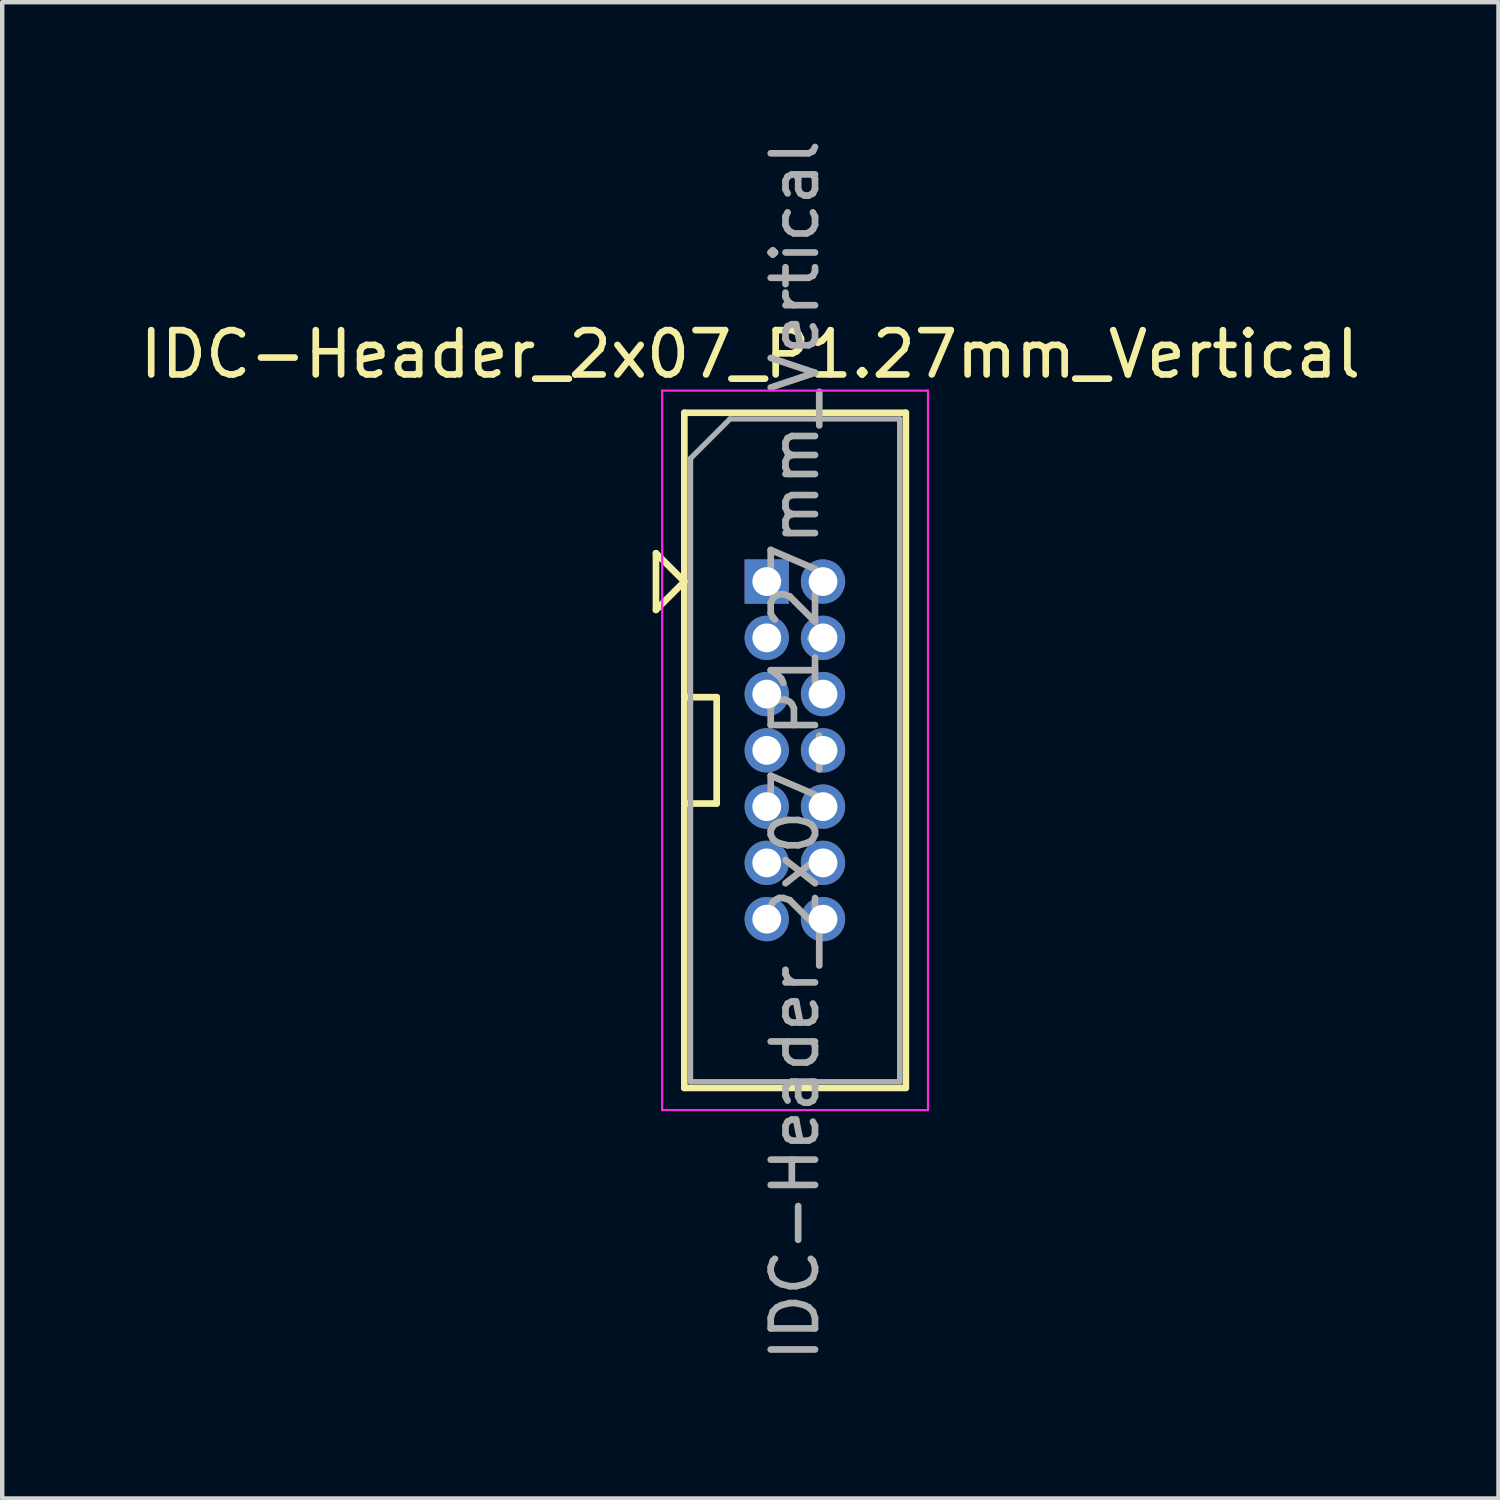
<source format=kicad_pcb>
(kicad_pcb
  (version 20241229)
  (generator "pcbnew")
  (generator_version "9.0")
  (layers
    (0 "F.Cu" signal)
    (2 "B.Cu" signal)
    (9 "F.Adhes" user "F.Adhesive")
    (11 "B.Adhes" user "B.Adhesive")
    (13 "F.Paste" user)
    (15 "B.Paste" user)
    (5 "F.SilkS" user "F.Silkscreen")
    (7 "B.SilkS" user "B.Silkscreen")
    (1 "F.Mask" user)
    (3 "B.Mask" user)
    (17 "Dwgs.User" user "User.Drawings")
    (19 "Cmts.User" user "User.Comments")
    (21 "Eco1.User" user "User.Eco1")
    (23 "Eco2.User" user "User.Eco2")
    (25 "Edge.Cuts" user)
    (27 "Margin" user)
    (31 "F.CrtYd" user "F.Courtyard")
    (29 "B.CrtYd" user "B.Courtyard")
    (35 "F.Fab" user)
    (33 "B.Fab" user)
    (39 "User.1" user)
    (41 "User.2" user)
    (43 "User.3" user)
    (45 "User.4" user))
  (footprint "IDC-Header_2x07_P1.27mm_Vertical"
    (layer "F.Cu")
    (at 14.892 13.887)
    (property "Reference" "IDC-Header_2x07_P1.27mm_Vertical" (at -1.005 -8.94 0) (layer "F.SilkS") (effects (font (size 1 1) (thickness 0.15))))
    (attr through_hole)
    (fp_line (start -3.135 -4.45) (end -3.135 -3.17) (stroke (width 0.15) (type solid)) (layer "F.SilkS"))
    (fp_line (start -3.135 -3.17) (end -2.495 -3.81) (stroke (width 0.15) (type solid)) (layer "F.SilkS"))
    (fp_line (start -2.495 -7.62) (end -2.495 7.62) (stroke (width 0.15) (type solid)) (layer "F.SilkS"))
    (fp_line (start -2.495 -7.62) (end 2.505 -7.62) (stroke (width 0.15) (type solid)) (layer "F.SilkS"))
    (fp_line (start -2.495 -3.81) (end -3.135 -4.45) (stroke (width 0.15) (type solid)) (layer "F.SilkS"))
    (fp_line (start -2.495 -1.2) (end -1.765 -1.2) (stroke (width 0.15) (type solid)) (layer "F.SilkS"))
    (fp_line (start -2.495 1.2) (end -1.765 1.2) (stroke (width 0.15) (type solid)) (layer "F.SilkS"))
    (fp_line (start -2.495 7.62) (end 2.505 7.62) (stroke (width 0.15) (type solid)) (layer "F.SilkS"))
    (fp_line (start -1.765 -1.2) (end -1.765 1.2) (stroke (width 0.15) (type solid)) (layer "F.SilkS"))
    (fp_line (start 2.505 -7.62) (end 2.505 7.62) (stroke (width 0.15) (type solid)) (layer "F.SilkS"))
    (fp_line (start -2.995 -8.12) (end -2.995 8.12) (stroke (width 0.05) (type solid)) (layer "F.CrtYd"))
    (fp_line (start -2.995 8.12) (end 3.005 8.12) (stroke (width 0.05) (type solid)) (layer "F.CrtYd"))
    (fp_line (start 3.005 -8.12) (end -2.995 -8.12) (stroke (width 0.05) (type solid)) (layer "F.CrtYd"))
    (fp_line (start 3.005 8.12) (end 3.005 -8.12) (stroke (width 0.05) (type solid)) (layer "F.CrtYd"))
    (fp_line (start -2.355 -6.59) (end -1.465 -7.48) (stroke (width 0.12) (type solid)) (layer "F.Fab"))
    (fp_line (start -2.355 7.48) (end -2.355 -6.59) (stroke (width 0.12) (type solid)) (layer "F.Fab"))
    (fp_line (start -1.465 -7.48) (end 2.365 -7.48) (stroke (width 0.12) (type solid)) (layer "F.Fab"))
    (fp_line (start 2.365 -7.48) (end 2.365 7.48) (stroke (width 0.12) (type solid)) (layer "F.Fab"))
    (fp_line (start 2.365 7.48) (end -2.355 7.48) (stroke (width 0.12) (type solid)) (layer "F.Fab"))
    (fp_text user "${REFERENCE}" (at 0 0 90) (layer "F.Fab") (effects (font (size 1 1) (thickness 0.15))))
    (pad "1" thru_hole rect (at -0.635 -3.81) (size 1 1) (drill 0.65) (layers "*.Cu" "*.Mask"))
    (pad "2" thru_hole oval (at 0.635 -3.81) (size 1 1) (drill 0.65) (layers "*.Cu" "*.Mask"))
    (pad "3" thru_hole oval (at -0.635 -2.54) (size 1 1) (drill 0.65) (layers "*.Cu" "*.Mask"))
    (pad "4" thru_hole oval (at 0.635 -2.54) (size 1 1) (drill 0.65) (layers "*.Cu" "*.Mask"))
    (pad "5" thru_hole oval (at -0.635 -1.27) (size 1 1) (drill 0.65) (layers "*.Cu" "*.Mask"))
    (pad "6" thru_hole oval (at 0.635 -1.27) (size 1 1) (drill 0.65) (layers "*.Cu" "*.Mask"))
    (pad "7" thru_hole oval (at -0.635 0) (size 1 1) (drill 0.65) (layers "*.Cu" "*.Mask"))
    (pad "8" thru_hole oval (at 0.635 0) (size 1 1) (drill 0.65) (layers "*.Cu" "*.Mask"))
    (pad "9" thru_hole oval (at -0.635 1.27) (size 1 1) (drill 0.65) (layers "*.Cu" "*.Mask"))
    (pad "10" thru_hole oval (at 0.635 1.27) (size 1 1) (drill 0.65) (layers "*.Cu" "*.Mask"))
    (pad "11" thru_hole oval (at -0.635 2.54) (size 1 1) (drill 0.65) (layers "*.Cu" "*.Mask"))
    (pad "12" thru_hole oval (at 0.635 2.54) (size 1 1) (drill 0.65) (layers "*.Cu" "*.Mask"))
    (pad "13" thru_hole oval (at -0.635 3.81) (size 1 1) (drill 0.65) (layers "*.Cu" "*.Mask"))
    (pad "14" thru_hole oval (at 0.635 3.81) (size 1 1) (drill 0.65) (layers "*.Cu" "*.Mask")))
  (gr_rect
    (start -3 -3)
    (end 30.774 30.774)
    (stroke (width 0.1) (type default))
    (fill no)
    (layer "Edge.Cuts")))
</source>
